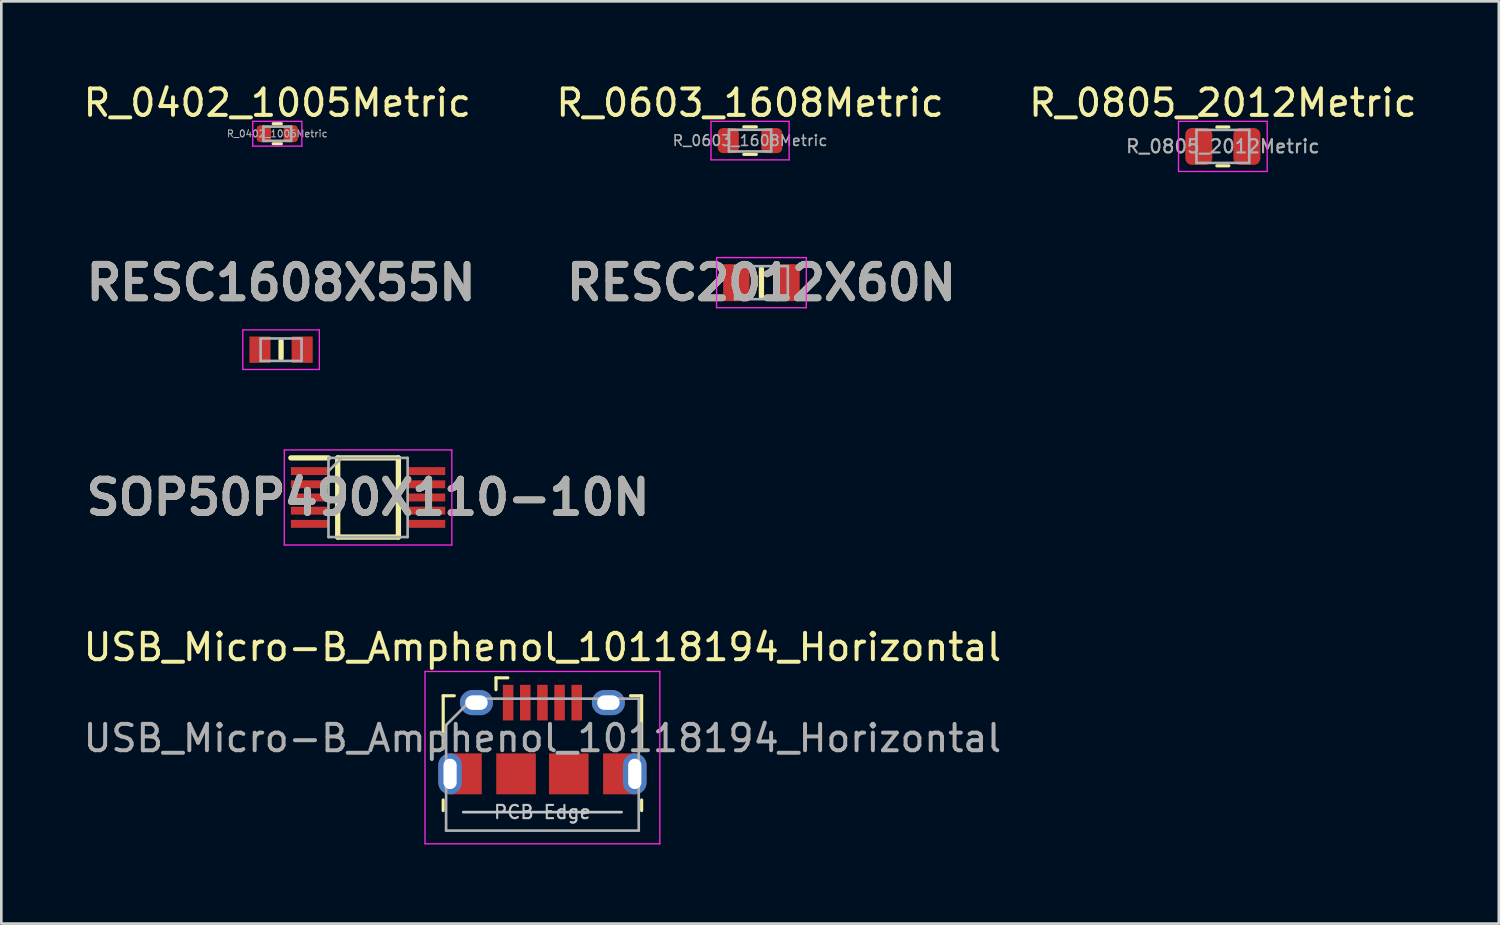
<source format=kicad_pcb>
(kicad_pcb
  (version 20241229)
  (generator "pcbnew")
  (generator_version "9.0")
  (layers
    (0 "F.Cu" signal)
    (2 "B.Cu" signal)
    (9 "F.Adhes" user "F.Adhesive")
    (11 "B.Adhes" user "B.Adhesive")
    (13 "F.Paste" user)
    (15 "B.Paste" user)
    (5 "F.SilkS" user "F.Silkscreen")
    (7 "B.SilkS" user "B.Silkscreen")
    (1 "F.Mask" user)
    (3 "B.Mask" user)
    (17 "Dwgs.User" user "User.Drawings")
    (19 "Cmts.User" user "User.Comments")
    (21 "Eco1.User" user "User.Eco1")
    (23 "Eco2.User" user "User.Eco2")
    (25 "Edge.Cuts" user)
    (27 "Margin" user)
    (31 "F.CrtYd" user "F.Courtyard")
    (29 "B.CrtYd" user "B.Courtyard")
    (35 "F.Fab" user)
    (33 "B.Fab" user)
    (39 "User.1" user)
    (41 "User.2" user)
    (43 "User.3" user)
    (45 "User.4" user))
  (footprint "RESC2012X60N"
    (layer "F.Cu")
    (at 25.806 7.662)
    (property "Reference" "RESC2012X60N" (at 0 0 0) (layer "F.SilkS") (effects (font (size 1.27 1.27) (thickness 0.254))))
    (attr smd)
    (fp_line (start 0 -0.525) (end 0 0.525) (stroke (width 0.2) (type solid)) (layer "F.SilkS"))
    (fp_line (start -1.7 -0.95) (end 1.7 -0.95) (stroke (width 0.05) (type solid)) (layer "F.CrtYd"))
    (fp_line (start -1.7 0.95) (end -1.7 -0.95) (stroke (width 0.05) (type solid)) (layer "F.CrtYd"))
    (fp_line (start 1.7 -0.95) (end 1.7 0.95) (stroke (width 0.05) (type solid)) (layer "F.CrtYd"))
    (fp_line (start 1.7 0.95) (end -1.7 0.95) (stroke (width 0.05) (type solid)) (layer "F.CrtYd"))
    (fp_line (start -1 -0.625) (end 1 -0.625) (stroke (width 0.1) (type solid)) (layer "F.Fab"))
    (fp_line (start -1 0.625) (end -1 -0.625) (stroke (width 0.1) (type solid)) (layer "F.Fab"))
    (fp_line (start 1 -0.625) (end 1 0.625) (stroke (width 0.1) (type solid)) (layer "F.Fab"))
    (fp_line (start 1 0.625) (end -1 0.625) (stroke (width 0.1) (type solid)) (layer "F.Fab"))
    (fp_text user "${REFERENCE}" (at 0 0 0) (layer "F.Fab") (effects (font (size 1.27 1.27) (thickness 0.254))))
    (pad "1" smd rect (at -0.95 0) (size 1 1.4) (layers "F.Cu" "F.Mask" "F.Paste"))
    (pad "2" smd rect (at 0.95 0) (size 1 1.4) (layers "F.Cu" "F.Mask" "F.Paste")))
  (footprint "SOP50P490X110-10N"
    (layer "F.Cu")
    (at 10.898 15.803)
    (property "Reference" "SOP50P490X110-10N" (at 0 0 0) (layer "F.SilkS") (effects (font (size 1.27 1.27) (thickness 0.254))))
    (attr smd)
    (fp_line (start -2.925 -1.5) (end -1.5 -1.5) (stroke (width 0.2) (type solid)) (layer "F.SilkS"))
    (fp_line (start -1.15 -1.5) (end 1.15 -1.5) (stroke (width 0.2) (type solid)) (layer "F.SilkS"))
    (fp_line (start -1.15 1.5) (end -1.15 -1.5) (stroke (width 0.2) (type solid)) (layer "F.SilkS"))
    (fp_line (start 1.15 -1.5) (end 1.15 1.5) (stroke (width 0.2) (type solid)) (layer "F.SilkS"))
    (fp_line (start 1.15 1.5) (end -1.15 1.5) (stroke (width 0.2) (type solid)) (layer "F.SilkS"))
    (fp_line (start -3.175 -1.801) (end 3.175 -1.801) (stroke (width 0.05) (type solid)) (layer "F.CrtYd"))
    (fp_line (start -3.175 1.801) (end -3.175 -1.801) (stroke (width 0.05) (type solid)) (layer "F.CrtYd"))
    (fp_line (start 3.175 -1.801) (end 3.175 1.801) (stroke (width 0.05) (type solid)) (layer "F.CrtYd"))
    (fp_line (start 3.175 1.801) (end -3.175 1.801) (stroke (width 0.05) (type solid)) (layer "F.CrtYd"))
    (fp_line (start -1.5 -1.5) (end 1.5 -1.5) (stroke (width 0.1) (type solid)) (layer "F.Fab"))
    (fp_line (start -1.5 -1) (end -1 -1.5) (stroke (width 0.1) (type solid)) (layer "F.Fab"))
    (fp_line (start -1.5 1.5) (end -1.5 -1.5) (stroke (width 0.1) (type solid)) (layer "F.Fab"))
    (fp_line (start 1.5 -1.5) (end 1.5 1.5) (stroke (width 0.1) (type solid)) (layer "F.Fab"))
    (fp_line (start 1.5 1.5) (end -1.5 1.5) (stroke (width 0.1) (type solid)) (layer "F.Fab"))
    (fp_text user "${REFERENCE}" (at 0 0 0) (layer "F.Fab") (effects (font (size 1.27 1.27) (thickness 0.254))))
    (pad "1" smd rect (at -2.212 -1 90) (size 0.3 1.425) (layers "F.Cu" "F.Mask" "F.Paste"))
    (pad "2" smd rect (at -2.212 -0.5 90) (size 0.3 1.425) (layers "F.Cu" "F.Mask" "F.Paste"))
    (pad "3" smd rect (at -2.212 0 90) (size 0.3 1.425) (layers "F.Cu" "F.Mask" "F.Paste"))
    (pad "4" smd rect (at -2.212 0.5 90) (size 0.3 1.425) (layers "F.Cu" "F.Mask" "F.Paste"))
    (pad "5" smd rect (at -2.212 1 90) (size 0.3 1.425) (layers "F.Cu" "F.Mask" "F.Paste"))
    (pad "6" smd rect (at 2.212 1 90) (size 0.3 1.425) (layers "F.Cu" "F.Mask" "F.Paste"))
    (pad "7" smd rect (at 2.212 0.5 90) (size 0.3 1.425) (layers "F.Cu" "F.Mask" "F.Paste"))
    (pad "8" smd rect (at 2.212 0 90) (size 0.3 1.425) (layers "F.Cu" "F.Mask" "F.Paste"))
    (pad "9" smd rect (at 2.212 -0.5 90) (size 0.3 1.425) (layers "F.Cu" "F.Mask" "F.Paste"))
    (pad "10" smd rect (at 2.212 -1 90) (size 0.3 1.425) (layers "F.Cu" "F.Mask" "F.Paste")))
  (footprint "R_0805_2012Metric"
    (layer "F.Cu")
    (at 43.292 2.498)
    (property "Reference" "R_0805_2012Metric" (at 0 -1.65 0) (layer "F.SilkS") (effects (font (size 1 1) (thickness 0.15))))
    (attr smd)
    (fp_line (start -0.227 -0.735) (end 0.227 -0.735) (stroke (width 0.12) (type solid)) (layer "F.SilkS"))
    (fp_line (start -0.227 0.735) (end 0.227 0.735) (stroke (width 0.12) (type solid)) (layer "F.SilkS"))
    (fp_line (start -1.68 -0.95) (end 1.68 -0.95) (stroke (width 0.05) (type solid)) (layer "F.CrtYd"))
    (fp_line (start -1.68 0.95) (end -1.68 -0.95) (stroke (width 0.05) (type solid)) (layer "F.CrtYd"))
    (fp_line (start 1.68 -0.95) (end 1.68 0.95) (stroke (width 0.05) (type solid)) (layer "F.CrtYd"))
    (fp_line (start 1.68 0.95) (end -1.68 0.95) (stroke (width 0.05) (type solid)) (layer "F.CrtYd"))
    (fp_line (start -1 -0.625) (end 1 -0.625) (stroke (width 0.1) (type solid)) (layer "F.Fab"))
    (fp_line (start -1 0.625) (end -1 -0.625) (stroke (width 0.1) (type solid)) (layer "F.Fab"))
    (fp_line (start 1 -0.625) (end 1 0.625) (stroke (width 0.1) (type solid)) (layer "F.Fab"))
    (fp_line (start 1 0.625) (end -1 0.625) (stroke (width 0.1) (type solid)) (layer "F.Fab"))
    (fp_text user "${REFERENCE}" (at 0 0 0) (layer "F.Fab") (effects (font (size 0.5 0.5) (thickness 0.08))))
    (pad "1" smd roundrect (at -0.912 0) (size 1.025 1.4) (layers "F.Cu" "F.Mask" "F.Paste") (roundrect_rratio 0.244))
    (pad "2" smd roundrect (at 0.912 0) (size 1.025 1.4) (layers "F.Cu" "F.Mask" "F.Paste") (roundrect_rratio 0.244)))
  (footprint "USB_Micro-B_Amphenol_10118194_Horizontal"
    (layer "F.Cu")
    (at 17.506 24.977)
    (property "Reference" "USB_Micro-B_Amphenol_10118194_Horizontal" (at 0 -3.5 0) (layer "F.SilkS") (effects (font (size 1 1) (thickness 0.15))))
    (attr smd)
    (fp_line (start -3.76 -1.66) (end -3.34 -1.66) (stroke (width 0.12) (type solid)) (layer "F.SilkS"))
    (fp_line (start -3.76 0.32) (end -3.76 -1.66) (stroke (width 0.12) (type solid)) (layer "F.SilkS"))
    (fp_line (start -3.76 2.69) (end -3.76 2.29) (stroke (width 0.12) (type solid)) (layer "F.SilkS"))
    (fp_line (start -1.76 -1.89) (end -1.76 -2.34) (stroke (width 0.12) (type solid)) (layer "F.SilkS"))
    (fp_line (start -1.31 -2.34) (end -1.76 -2.34) (stroke (width 0.12) (type solid)) (layer "F.SilkS"))
    (fp_line (start 3.76 -1.66) (end 3.34 -1.66) (stroke (width 0.12) (type solid)) (layer "F.SilkS"))
    (fp_line (start 3.76 0.32) (end 3.76 -1.66) (stroke (width 0.12) (type solid)) (layer "F.SilkS"))
    (fp_line (start 3.76 2.29) (end 3.76 2.69) (stroke (width 0.12) (type solid)) (layer "F.SilkS"))
    (fp_line (start 3 2.75) (end -3 2.75) (stroke (width 0.1) (type solid)) (layer "Dwgs.User"))
    (fp_line (start -4.45 -2.58) (end -4.45 3.95) (stroke (width 0.05) (type solid)) (layer "F.CrtYd"))
    (fp_line (start -4.45 -2.58) (end 4.45 -2.58) (stroke (width 0.05) (type solid)) (layer "F.CrtYd"))
    (fp_line (start -4.45 3.95) (end 4.45 3.95) (stroke (width 0.05) (type solid)) (layer "F.CrtYd"))
    (fp_line (start 4.45 -2.58) (end 4.45 3.95) (stroke (width 0.05) (type solid)) (layer "F.CrtYd"))
    (fp_line (start -3.65 -0.55) (end -2.65 -1.55) (stroke (width 0.1) (type solid)) (layer "F.Fab"))
    (fp_line (start -3.65 3.45) (end -3.65 -0.55) (stroke (width 0.1) (type solid)) (layer "F.Fab"))
    (fp_line (start -2.65 -1.55) (end 3.65 -1.55) (stroke (width 0.1) (type solid)) (layer "F.Fab"))
    (fp_line (start 3.65 -1.55) (end 3.65 3.45) (stroke (width 0.1) (type solid)) (layer "F.Fab"))
    (fp_line (start 3.65 3.45) (end -3.65 3.45) (stroke (width 0.1) (type solid)) (layer "F.Fab"))
    (fp_text user "PCB Edge" (at 0 2.75 0) (layer "Dwgs.User") (effects (font (size 0.5 0.5) (thickness 0.08))))
    (fp_text user "${REFERENCE}" (at 0 -0.05 0) (layer "F.Fab") (effects (font (size 1 1) (thickness 0.15))))
    (pad "" smd oval (at -3.5 1.3 180) (size 0.89 1.55) (layers "F.Paste"))
    (pad "" smd oval (at -2.5 -1.4 180) (size 1.25 0.95) (layers "F.Paste"))
    (pad "" smd oval (at 2.5 -1.4 180) (size 1.25 0.95) (layers "F.Paste"))
    (pad "" smd oval (at 3.5 1.3 180) (size 0.89 1.55) (layers "F.Paste"))
    (pad "1" smd rect (at -1.3 -1.4 180) (size 0.4 1.35) (layers "F.Cu" "F.Mask" "F.Paste"))
    (pad "2" smd rect (at -0.65 -1.4 180) (size 0.4 1.35) (layers "F.Cu" "F.Mask" "F.Paste"))
    (pad "3" smd rect (at 0 -1.4 180) (size 0.4 1.35) (layers "F.Cu" "F.Mask" "F.Paste"))
    (pad "4" smd rect (at 0.65 -1.4 180) (size 0.4 1.35) (layers "F.Cu" "F.Mask" "F.Paste"))
    (pad "5" smd rect (at 1.3 -1.4 180) (size 0.4 1.35) (layers "F.Cu" "F.Mask" "F.Paste"))
    (pad "6" thru_hole oval (at -3.5 1.3 180) (size 0.89 1.55) (drill oval 0.5 1.15) (layers "*.Cu" "*.Mask"))
    (pad "6" smd rect (at -2.9 1.3 180) (size 1.2 1.55) (layers "F.Cu" "F.Mask" "F.Paste"))
    (pad "6" thru_hole oval (at -2.5 -1.4 180) (size 1.25 0.95) (drill oval 0.85 0.55) (layers "*.Cu" "*.Mask"))
    (pad "6" smd rect (at -1 1.3 180) (size 1.5 1.55) (layers "F.Cu" "F.Mask" "F.Paste"))
    (pad "6" smd rect (at 1 1.3 180) (size 1.5 1.55) (layers "F.Cu" "F.Mask" "F.Paste"))
    (pad "6" thru_hole oval (at 2.5 -1.4 180) (size 1.25 0.95) (drill oval 0.85 0.55) (layers "*.Cu" "*.Mask"))
    (pad "6" smd rect (at 2.9 1.3 180) (size 1.2 1.55) (layers "F.Cu" "F.Mask" "F.Paste"))
    (pad "6" thru_hole oval (at 3.5 1.3 180) (size 0.89 1.55) (drill oval 0.5 1.15) (layers "*.Cu" "*.Mask")))
  (footprint "RESC1608X55N"
    (layer "F.Cu")
    (at 7.602 10.202)
    (property "Reference" "RESC1608X55N" (at 0 -2.54 0) (layer "F.SilkS") (effects (font (size 1.27 1.27) (thickness 0.254))))
    (attr smd)
    (fp_line (start 0 -0.325) (end 0 0.325) (stroke (width 0.2) (type solid)) (layer "F.SilkS"))
    (fp_line (start -1.45 -0.75) (end 1.45 -0.75) (stroke (width 0.05) (type solid)) (layer "F.CrtYd"))
    (fp_line (start -1.45 0.75) (end -1.45 -0.75) (stroke (width 0.05) (type solid)) (layer "F.CrtYd"))
    (fp_line (start 1.45 -0.75) (end 1.45 0.75) (stroke (width 0.05) (type solid)) (layer "F.CrtYd"))
    (fp_line (start 1.45 0.75) (end -1.45 0.75) (stroke (width 0.05) (type solid)) (layer "F.CrtYd"))
    (fp_line (start -0.775 -0.425) (end 0.775 -0.425) (stroke (width 0.1) (type solid)) (layer "F.Fab"))
    (fp_line (start -0.775 0.425) (end -0.775 -0.425) (stroke (width 0.1) (type solid)) (layer "F.Fab"))
    (fp_line (start 0.775 -0.425) (end 0.775 0.425) (stroke (width 0.1) (type solid)) (layer "F.Fab"))
    (fp_line (start 0.775 0.425) (end -0.775 0.425) (stroke (width 0.1) (type solid)) (layer "F.Fab"))
    (fp_text user "${REFERENCE}" (at 0 -2.54 0) (layer "F.Fab") (effects (font (size 1.27 1.27) (thickness 0.254))))
    (pad "1" smd rect (at -0.8 0) (size 0.8 1) (layers "F.Cu" "F.Mask" "F.Paste"))
    (pad "2" smd rect (at 0.8 0) (size 0.8 1) (layers "F.Cu" "F.Mask" "F.Paste")))
  (footprint "R_0603_1608Metric"
    (layer "F.Cu")
    (at 25.375 2.278)
    (property "Reference" "R_0603_1608Metric" (at 0 -1.43 0) (layer "F.SilkS") (effects (font (size 1 1) (thickness 0.15))))
    (attr smd)
    (fp_line (start -0.237 -0.522) (end 0.237 -0.522) (stroke (width 0.12) (type solid)) (layer "F.SilkS"))
    (fp_line (start -0.237 0.522) (end 0.237 0.522) (stroke (width 0.12) (type solid)) (layer "F.SilkS"))
    (fp_line (start -1.48 -0.73) (end 1.48 -0.73) (stroke (width 0.05) (type solid)) (layer "F.CrtYd"))
    (fp_line (start -1.48 0.73) (end -1.48 -0.73) (stroke (width 0.05) (type solid)) (layer "F.CrtYd"))
    (fp_line (start 1.48 -0.73) (end 1.48 0.73) (stroke (width 0.05) (type solid)) (layer "F.CrtYd"))
    (fp_line (start 1.48 0.73) (end -1.48 0.73) (stroke (width 0.05) (type solid)) (layer "F.CrtYd"))
    (fp_line (start -0.8 -0.412) (end 0.8 -0.412) (stroke (width 0.1) (type solid)) (layer "F.Fab"))
    (fp_line (start -0.8 0.412) (end -0.8 -0.412) (stroke (width 0.1) (type solid)) (layer "F.Fab"))
    (fp_line (start 0.8 -0.412) (end 0.8 0.412) (stroke (width 0.1) (type solid)) (layer "F.Fab"))
    (fp_line (start 0.8 0.412) (end -0.8 0.412) (stroke (width 0.1) (type solid)) (layer "F.Fab"))
    (fp_text user "${REFERENCE}" (at 0 0 0) (layer "F.Fab") (effects (font (size 0.4 0.4) (thickness 0.06))))
    (pad "1" smd roundrect (at -0.825 0) (size 0.8 0.95) (layers "F.Cu" "F.Mask" "F.Paste") (roundrect_rratio 0.25))
    (pad "2" smd roundrect (at 0.825 0) (size 0.8 0.95) (layers "F.Cu" "F.Mask" "F.Paste") (roundrect_rratio 0.25)))
  (footprint "R_0402_1005Metric"
    (layer "F.Cu")
    (at 7.458 2.018)
    (property "Reference" "R_0402_1005Metric" (at 0 -1.17 0) (layer "F.SilkS") (effects (font (size 1 1) (thickness 0.15))))
    (attr smd)
    (fp_line (start -0.154 -0.38) (end 0.154 -0.38) (stroke (width 0.12) (type solid)) (layer "F.SilkS"))
    (fp_line (start -0.154 0.38) (end 0.154 0.38) (stroke (width 0.12) (type solid)) (layer "F.SilkS"))
    (fp_line (start -0.93 -0.47) (end 0.93 -0.47) (stroke (width 0.05) (type solid)) (layer "F.CrtYd"))
    (fp_line (start -0.93 0.47) (end -0.93 -0.47) (stroke (width 0.05) (type solid)) (layer "F.CrtYd"))
    (fp_line (start 0.93 -0.47) (end 0.93 0.47) (stroke (width 0.05) (type solid)) (layer "F.CrtYd"))
    (fp_line (start 0.93 0.47) (end -0.93 0.47) (stroke (width 0.05) (type solid)) (layer "F.CrtYd"))
    (fp_line (start -0.525 -0.27) (end 0.525 -0.27) (stroke (width 0.1) (type solid)) (layer "F.Fab"))
    (fp_line (start -0.525 0.27) (end -0.525 -0.27) (stroke (width 0.1) (type solid)) (layer "F.Fab"))
    (fp_line (start 0.525 -0.27) (end 0.525 0.27) (stroke (width 0.1) (type solid)) (layer "F.Fab"))
    (fp_line (start 0.525 0.27) (end -0.525 0.27) (stroke (width 0.1) (type solid)) (layer "F.Fab"))
    (fp_text user "${REFERENCE}" (at 0 0 0) (layer "F.Fab") (effects (font (size 0.26 0.26) (thickness 0.04))))
    (pad "1" smd roundrect (at -0.51 0) (size 0.54 0.64) (layers "F.Cu" "F.Mask" "F.Paste") (roundrect_rratio 0.25))
    (pad "2" smd roundrect (at 0.51 0) (size 0.54 0.64) (layers "F.Cu" "F.Mask" "F.Paste") (roundrect_rratio 0.25)))
  (gr_rect
    (start -3 -3)
    (end 53.75 31.952)
    (stroke (width 0.1) (type default))
    (fill no)
    (layer "Edge.Cuts")))
</source>
